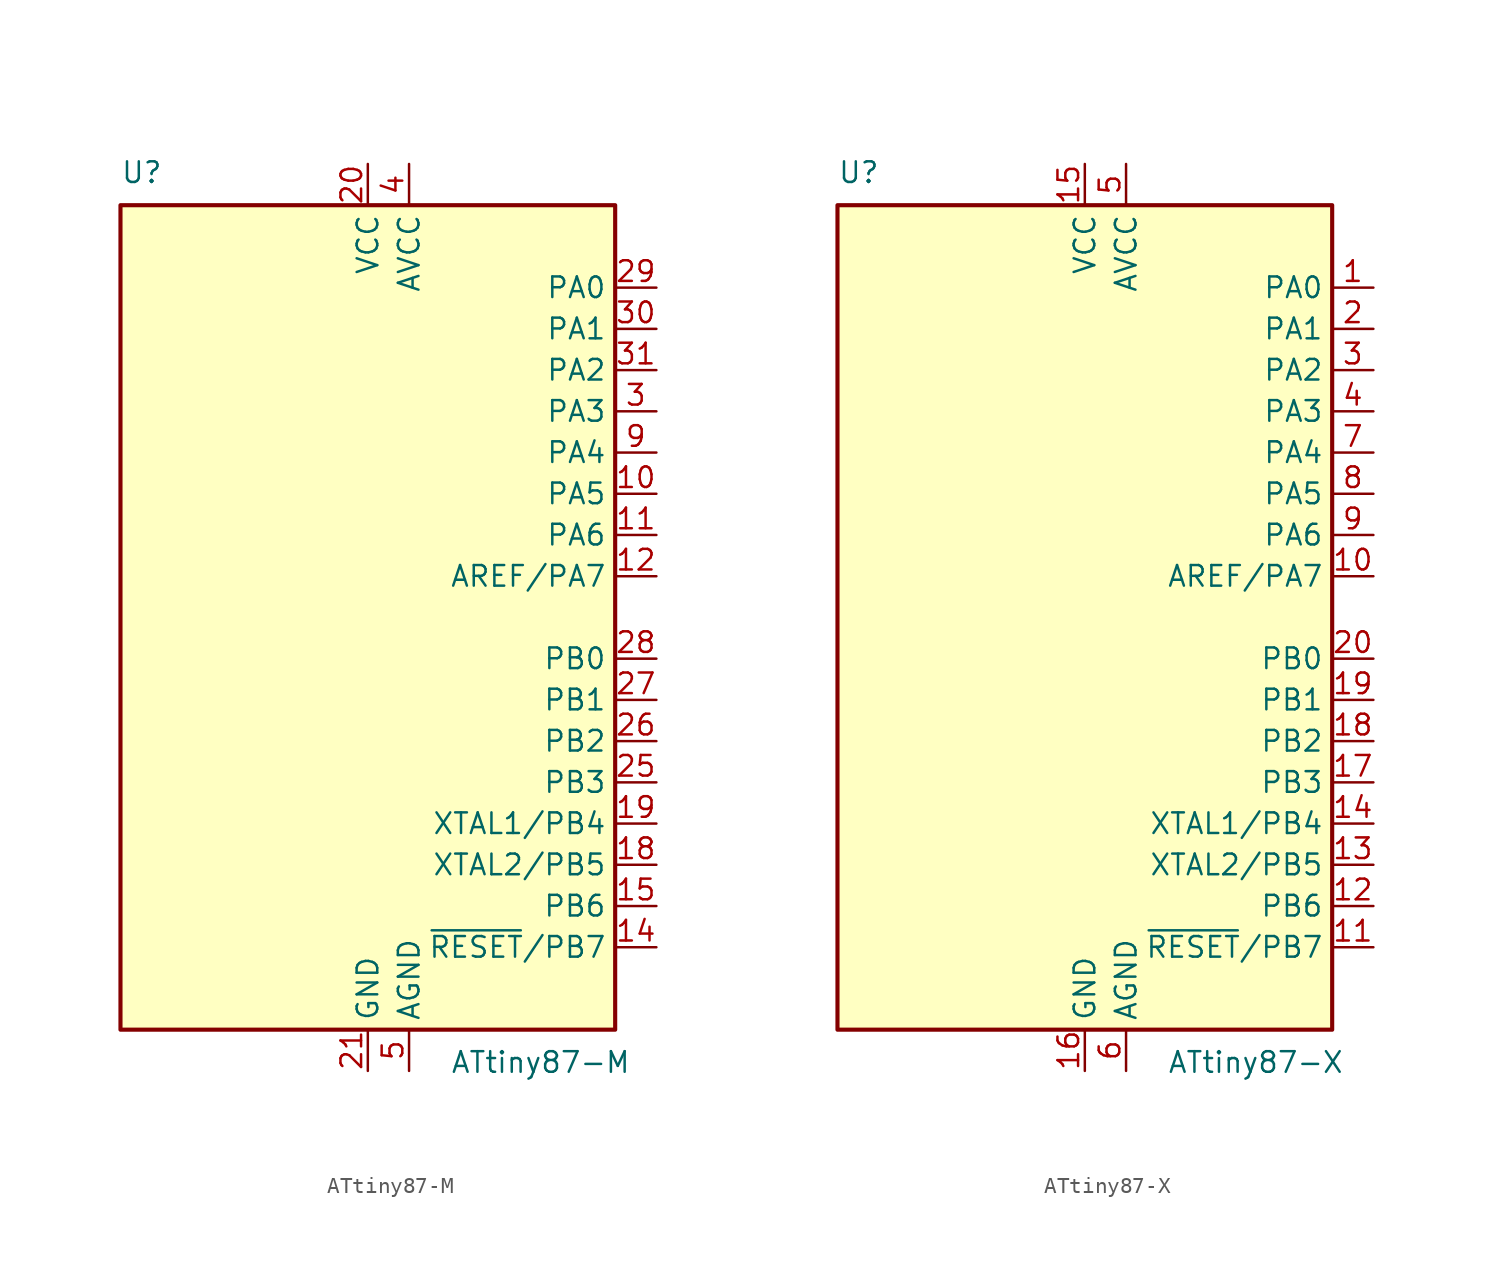
<source format=kicad_sym>
(kicad_symbol_lib
  (version 20241209)
  (generator "kicad_symbol_editor")
  (generator_version "9.0")
  (symbol "ATtiny87-M"
    (property "Reference" "U"
      (at -15.24 26.67 0)
      (effects (font (size 1.27 1.27)) (justify left bottom)))
    (property "Value" "ATtiny87-M"
      (at 5.08 -26.67 0)
      (effects (font (size 1.27 1.27)) (justify left top)))
    (symbol "ATtiny87-M_0_1"
      (rectangle (start -15.24 -25.4) (end 15.24 25.4) (stroke (width 0.254) (type default)) (fill (type background))))
    (symbol "ATtiny87-M_1_1"
      (pin no_connect line (at -15.24 5.08 0) (length 2.54) (hide yes) (name "NC" (effects (font (size 1.27 1.27)))) (number "1" (effects (font (size 1.27 1.27)))))
      (pin no_connect line (at -15.24 2.54 0) (length 2.54) (hide yes) (name "NC" (effects (font (size 1.27 1.27)))) (number "2" (effects (font (size 1.27 1.27)))))
      (pin no_connect line (at -15.24 0 0) (length 2.54) (hide yes) (name "NC" (effects (font (size 1.27 1.27)))) (number "6" (effects (font (size 1.27 1.27)))))
      (pin no_connect line (at -15.24 -2.54 0) (length 2.54) (hide yes) (name "NC" (effects (font (size 1.27 1.27)))) (number "7" (effects (font (size 1.27 1.27)))))
      (pin no_connect line (at -15.24 -5.08 0) (length 2.54) (hide yes) (name "NC" (effects (font (size 1.27 1.27)))) (number "8" (effects (font (size 1.27 1.27)))))
      (pin no_connect line (at -15.24 -7.62 0) (length 2.54) (hide yes) (name "NC" (effects (font (size 1.27 1.27)))) (number "13" (effects (font (size 1.27 1.27)))))
      (pin no_connect line (at -15.24 -10.16 0) (length 2.54) (hide yes) (name "NC" (effects (font (size 1.27 1.27)))) (number "16" (effects (font (size 1.27 1.27)))))
      (pin no_connect line (at -15.24 -12.7 0) (length 2.54) (hide yes) (name "NC" (effects (font (size 1.27 1.27)))) (number "17" (effects (font (size 1.27 1.27)))))
      (pin no_connect line (at -15.24 -15.24 0) (length 2.54) (hide yes) (name "NC" (effects (font (size 1.27 1.27)))) (number "22" (effects (font (size 1.27 1.27)))))
      (pin no_connect line (at -15.24 -17.78 0) (length 2.54) (hide yes) (name "NC" (effects (font (size 1.27 1.27)))) (number "23" (effects (font (size 1.27 1.27)))))
      (pin no_connect line (at -15.24 -20.32 0) (length 2.54) (hide yes) (name "NC" (effects (font (size 1.27 1.27)))) (number "24" (effects (font (size 1.27 1.27)))))
      (pin no_connect line (at -15.24 -22.86 0) (length 2.54) (hide yes) (name "NC" (effects (font (size 1.27 1.27)))) (number "32" (effects (font (size 1.27 1.27)))))
      (pin power_in line (at 0 27.94 270) (length 2.54) (name "VCC" (effects (font (size 1.27 1.27)))) (number "20" (effects (font (size 1.27 1.27)))))
      (pin power_in line (at 0 -27.94 90) (length 2.54) (name "GND" (effects (font (size 1.27 1.27)))) (number "21" (effects (font (size 1.27 1.27)))))
      (pin passive line (at 0 -27.94 90) (length 2.54) (hide yes) (name "GND" (effects (font (size 1.27 1.27)))) (number "33" (effects (font (size 1.27 1.27)))))
      (pin power_in line (at 2.54 27.94 270) (length 2.54) (name "AVCC" (effects (font (size 1.27 1.27)))) (number "4" (effects (font (size 1.27 1.27)))))
      (pin power_in line (at 2.54 -27.94 90) (length 2.54) (name "AGND" (effects (font (size 1.27 1.27)))) (number "5" (effects (font (size 1.27 1.27)))))
      (pin bidirectional line (at 17.78 20.32 180) (length 2.54) (name "PA0" (effects (font (size 1.27 1.27)))) (number "29" (effects (font (size 1.27 1.27)))))
      (pin bidirectional line (at 17.78 17.78 180) (length 2.54) (name "PA1" (effects (font (size 1.27 1.27)))) (number "30" (effects (font (size 1.27 1.27)))))
      (pin bidirectional line (at 17.78 15.24 180) (length 2.54) (name "PA2" (effects (font (size 1.27 1.27)))) (number "31" (effects (font (size 1.27 1.27)))))
      (pin bidirectional line (at 17.78 12.7 180) (length 2.54) (name "PA3" (effects (font (size 1.27 1.27)))) (number "3" (effects (font (size 1.27 1.27)))))
      (pin bidirectional line (at 17.78 10.16 180) (length 2.54) (name "PA4" (effects (font (size 1.27 1.27)))) (number "9" (effects (font (size 1.27 1.27)))))
      (pin bidirectional line (at 17.78 7.62 180) (length 2.54) (name "PA5" (effects (font (size 1.27 1.27)))) (number "10" (effects (font (size 1.27 1.27)))))
      (pin bidirectional line (at 17.78 5.08 180) (length 2.54) (name "PA6" (effects (font (size 1.27 1.27)))) (number "11" (effects (font (size 1.27 1.27)))))
      (pin bidirectional line (at 17.78 2.54 180) (length 2.54) (name "AREF/PA7" (effects (font (size 1.27 1.27)))) (number "12" (effects (font (size 1.27 1.27)))))
      (pin bidirectional line (at 17.78 -2.54 180) (length 2.54) (name "PB0" (effects (font (size 1.27 1.27)))) (number "28" (effects (font (size 1.27 1.27)))))
      (pin bidirectional line (at 17.78 -5.08 180) (length 2.54) (name "PB1" (effects (font (size 1.27 1.27)))) (number "27" (effects (font (size 1.27 1.27)))))
      (pin bidirectional line (at 17.78 -7.62 180) (length 2.54) (name "PB2" (effects (font (size 1.27 1.27)))) (number "26" (effects (font (size 1.27 1.27)))))
      (pin bidirectional line (at 17.78 -10.16 180) (length 2.54) (name "PB3" (effects (font (size 1.27 1.27)))) (number "25" (effects (font (size 1.27 1.27)))))
      (pin bidirectional line (at 17.78 -12.7 180) (length 2.54) (name "XTAL1/PB4" (effects (font (size 1.27 1.27)))) (number "19" (effects (font (size 1.27 1.27)))))
      (pin bidirectional line (at 17.78 -15.24 180) (length 2.54) (name "XTAL2/PB5" (effects (font (size 1.27 1.27)))) (number "18" (effects (font (size 1.27 1.27)))))
      (pin bidirectional line (at 17.78 -17.78 180) (length 2.54) (name "PB6" (effects (font (size 1.27 1.27)))) (number "15" (effects (font (size 1.27 1.27)))))
      (pin bidirectional line (at 17.78 -20.32 180) (length 2.54) (name "~{RESET}/PB7" (effects (font (size 1.27 1.27)))) (number "14" (effects (font (size 1.27 1.27)))))))
  (symbol "ATtiny87-X"
    (property "Reference" "U"
      (at -15.24 26.67 0)
      (effects (font (size 1.27 1.27)) (justify left bottom)))
    (property "Value" "ATtiny87-X"
      (at 5.08 -26.67 0)
      (effects (font (size 1.27 1.27)) (justify left top)))
    (symbol "ATtiny87-X_0_1"
      (rectangle (start -15.24 -25.4) (end 15.24 25.4) (stroke (width 0.254) (type default)) (fill (type background))))
    (symbol "ATtiny87-X_1_1"
      (pin power_in line (at 0 27.94 270) (length 2.54) (name "VCC" (effects (font (size 1.27 1.27)))) (number "15" (effects (font (size 1.27 1.27)))))
      (pin power_in line (at 0 -27.94 90) (length 2.54) (name "GND" (effects (font (size 1.27 1.27)))) (number "16" (effects (font (size 1.27 1.27)))))
      (pin power_in line (at 2.54 27.94 270) (length 2.54) (name "AVCC" (effects (font (size 1.27 1.27)))) (number "5" (effects (font (size 1.27 1.27)))))
      (pin power_in line (at 2.54 -27.94 90) (length 2.54) (name "AGND" (effects (font (size 1.27 1.27)))) (number "6" (effects (font (size 1.27 1.27)))))
      (pin bidirectional line (at 17.78 20.32 180) (length 2.54) (name "PA0" (effects (font (size 1.27 1.27)))) (number "1" (effects (font (size 1.27 1.27)))))
      (pin bidirectional line (at 17.78 17.78 180) (length 2.54) (name "PA1" (effects (font (size 1.27 1.27)))) (number "2" (effects (font (size 1.27 1.27)))))
      (pin bidirectional line (at 17.78 15.24 180) (length 2.54) (name "PA2" (effects (font (size 1.27 1.27)))) (number "3" (effects (font (size 1.27 1.27)))))
      (pin bidirectional line (at 17.78 12.7 180) (length 2.54) (name "PA3" (effects (font (size 1.27 1.27)))) (number "4" (effects (font (size 1.27 1.27)))))
      (pin bidirectional line (at 17.78 10.16 180) (length 2.54) (name "PA4" (effects (font (size 1.27 1.27)))) (number "7" (effects (font (size 1.27 1.27)))))
      (pin bidirectional line (at 17.78 7.62 180) (length 2.54) (name "PA5" (effects (font (size 1.27 1.27)))) (number "8" (effects (font (size 1.27 1.27)))))
      (pin bidirectional line (at 17.78 5.08 180) (length 2.54) (name "PA6" (effects (font (size 1.27 1.27)))) (number "9" (effects (font (size 1.27 1.27)))))
      (pin bidirectional line (at 17.78 2.54 180) (length 2.54) (name "AREF/PA7" (effects (font (size 1.27 1.27)))) (number "10" (effects (font (size 1.27 1.27)))))
      (pin bidirectional line (at 17.78 -2.54 180) (length 2.54) (name "PB0" (effects (font (size 1.27 1.27)))) (number "20" (effects (font (size 1.27 1.27)))))
      (pin bidirectional line (at 17.78 -5.08 180) (length 2.54) (name "PB1" (effects (font (size 1.27 1.27)))) (number "19" (effects (font (size 1.27 1.27)))))
      (pin bidirectional line (at 17.78 -7.62 180) (length 2.54) (name "PB2" (effects (font (size 1.27 1.27)))) (number "18" (effects (font (size 1.27 1.27)))))
      (pin bidirectional line (at 17.78 -10.16 180) (length 2.54) (name "PB3" (effects (font (size 1.27 1.27)))) (number "17" (effects (font (size 1.27 1.27)))))
      (pin bidirectional line (at 17.78 -12.7 180) (length 2.54) (name "XTAL1/PB4" (effects (font (size 1.27 1.27)))) (number "14" (effects (font (size 1.27 1.27)))))
      (pin bidirectional line (at 17.78 -15.24 180) (length 2.54) (name "XTAL2/PB5" (effects (font (size 1.27 1.27)))) (number "13" (effects (font (size 1.27 1.27)))))
      (pin bidirectional line (at 17.78 -17.78 180) (length 2.54) (name "PB6" (effects (font (size 1.27 1.27)))) (number "12" (effects (font (size 1.27 1.27)))))
      (pin bidirectional line (at 17.78 -20.32 180) (length 2.54) (name "~{RESET}/PB7" (effects (font (size 1.27 1.27)))) (number "11" (effects (font (size 1.27 1.27))))))))
</source>
